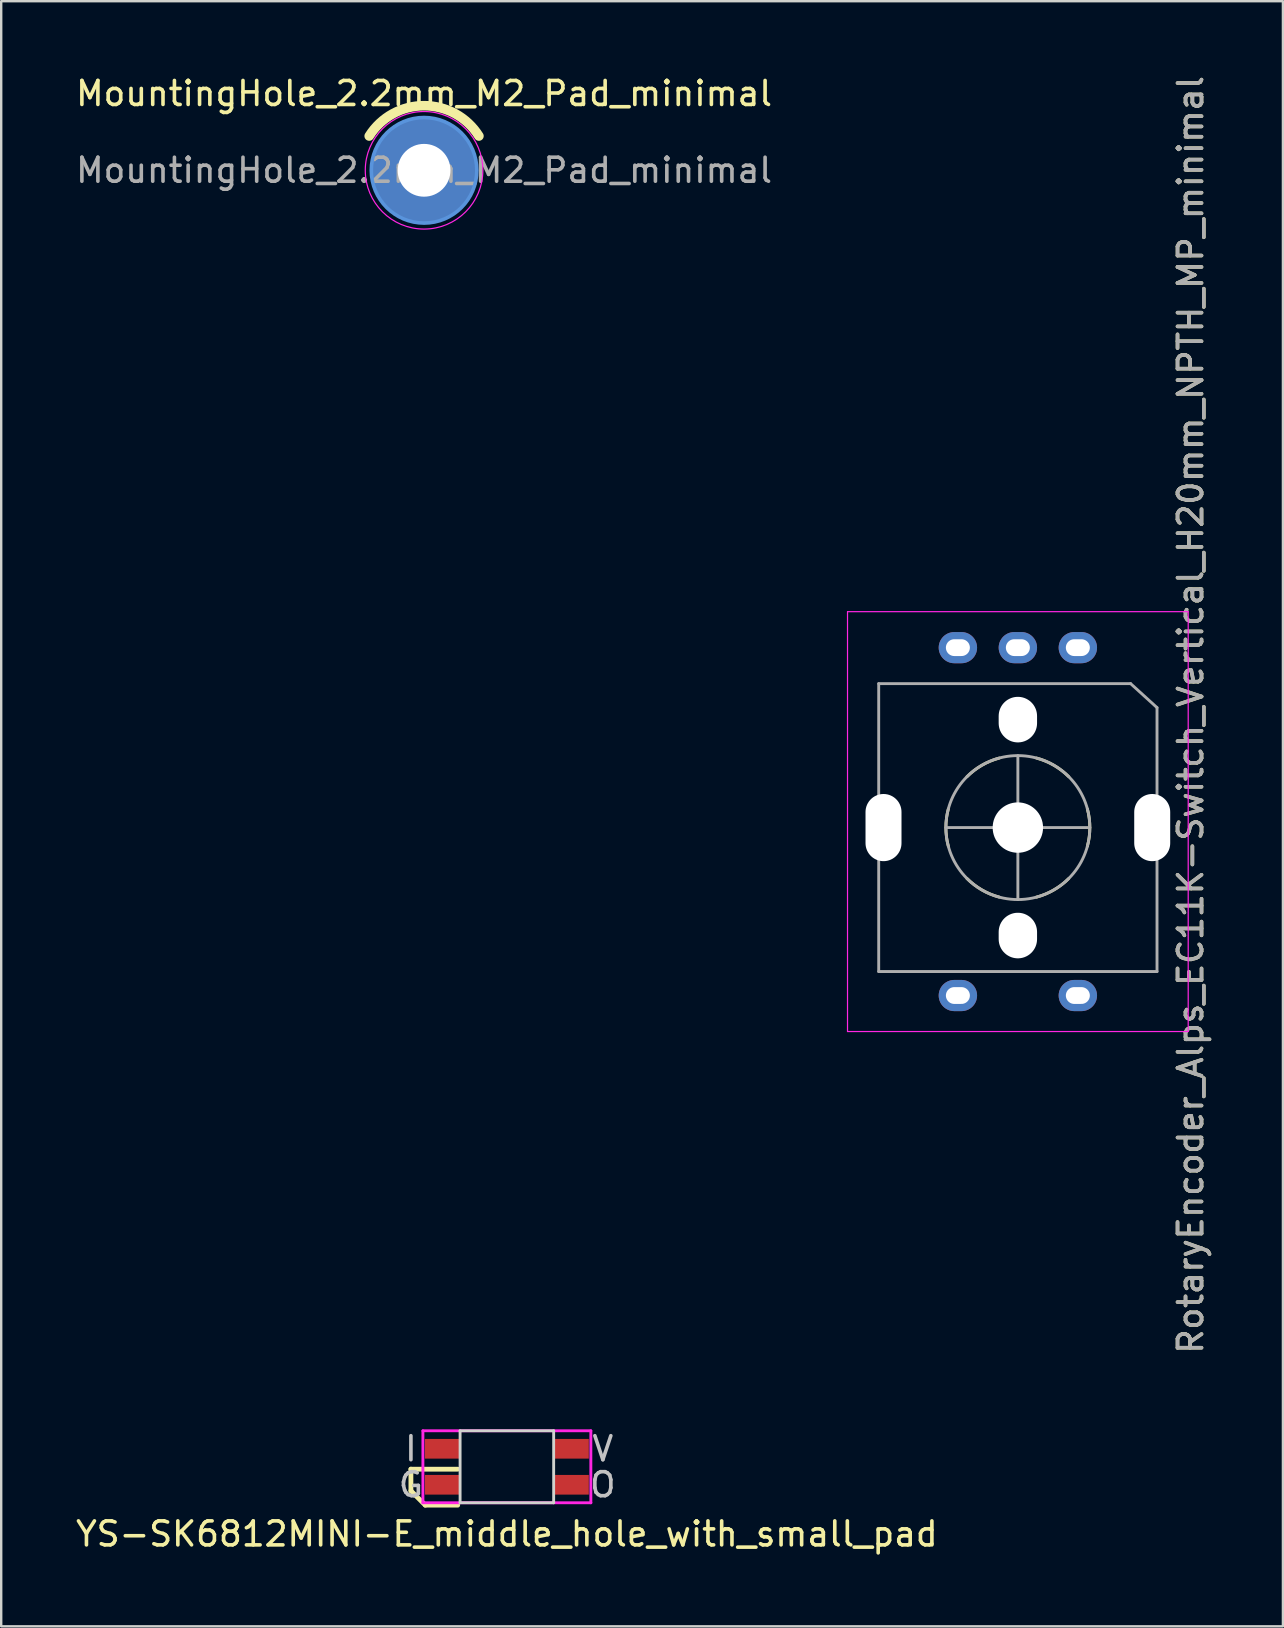
<source format=kicad_pcb>
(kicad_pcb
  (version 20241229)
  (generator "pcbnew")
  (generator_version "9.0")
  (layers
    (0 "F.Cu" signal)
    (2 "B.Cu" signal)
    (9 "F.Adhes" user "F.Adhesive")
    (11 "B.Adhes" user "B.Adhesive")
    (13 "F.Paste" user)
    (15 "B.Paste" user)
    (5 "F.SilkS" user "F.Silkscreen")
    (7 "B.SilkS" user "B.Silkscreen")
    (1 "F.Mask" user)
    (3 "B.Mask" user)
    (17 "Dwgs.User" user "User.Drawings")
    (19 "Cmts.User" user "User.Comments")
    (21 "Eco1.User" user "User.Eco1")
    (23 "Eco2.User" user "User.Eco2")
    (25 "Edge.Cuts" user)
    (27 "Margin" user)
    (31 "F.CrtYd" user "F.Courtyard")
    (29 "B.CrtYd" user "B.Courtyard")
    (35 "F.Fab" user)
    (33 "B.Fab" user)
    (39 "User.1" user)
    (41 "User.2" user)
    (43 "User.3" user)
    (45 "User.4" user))
  (footprint "MountingHole_2.2mm_M2_Pad_minimal"
    (layer "F.Cu")
    (at 14.625 4.048)
    (property "Reference" "MountingHole_2.2mm_M2_Pad_minimal" (at 0 -3.2 0) (layer "F.SilkS") (effects (font (size 1 1) (thickness 0.15))))
    (attr exclude_from_pos_files)
    (fp_arc (start -2.286 -1.428606) (mid 0 -2.6924) (end 2.286 -1.428606) (stroke (width 0.4) (type solid)) (layer "F.SilkS"))
    (fp_circle (center 0 0) (end 2.2 0) (stroke (width 0.15) (type solid)) (fill no) (layer "Cmts.User"))
    (fp_circle (center 0 0) (end 2.45 0) (stroke (width 0.05) (type solid)) (fill no) (layer "F.CrtYd"))
    (fp_text user "${REFERENCE}" (at 0 0 0) (layer "F.Fab") (effects (font (size 1 1) (thickness 0.15))))
    (pad "1" thru_hole circle (at 0 0) (size 4.4 4.4) (drill 2.2) (layers "*.Cu" "*.Mask")))
  (footprint "YS-SK6812MINI-E_middle_hole_with_small_pad"
    (layer "F.Cu")
    (at 18.077 58.086)
    (property "Reference" "YS-SK6812MINI-E_middle_hole_with_small_pad" (at 0 2.8 0) (layer "F.SilkS") (effects (font (size 1 1) (thickness 0.15))))
    (attr through_hole)
    (fp_line (start -4 0.1) (end -4 1) (stroke (width 0.2) (type solid)) (layer "F.SilkS"))
    (fp_line (start -4 1) (end -3.4 1.6) (stroke (width 0.2) (type solid)) (layer "F.SilkS"))
    (fp_line (start -3.4 1.6) (end -2.05 1.6) (stroke (width 0.2) (type solid)) (layer "F.SilkS"))
    (fp_line (start -2.05 0.1) (end -4 0.1) (stroke (width 0.2) (type solid)) (layer "F.SilkS"))
    (fp_line (start -1.95 -1.5) (end -1.95 1.5) (stroke (width 0.12) (type solid)) (layer "Edge.Cuts"))
    (fp_line (start -1.95 1.5) (end 1.95 1.5) (stroke (width 0.12) (type solid)) (layer "Edge.Cuts"))
    (fp_line (start 1.95 -1.5) (end -1.95 -1.5) (stroke (width 0.12) (type solid)) (layer "Edge.Cuts"))
    (fp_line (start 1.95 1.5) (end 1.95 -1.5) (stroke (width 0.12) (type solid)) (layer "Edge.Cuts"))
    (fp_line (start -3.5 -1.5) (end -3.5 1.5) (stroke (width 0.12) (type solid)) (layer "F.CrtYd"))
    (fp_line (start -3.5 1.5) (end 3.5 1.5) (stroke (width 0.12) (type solid)) (layer "F.CrtYd"))
    (fp_line (start 3.5 -1.5) (end -3.5 -1.5) (stroke (width 0.12) (type solid)) (layer "F.CrtYd"))
    (fp_line (start 3.5 1.5) (end 3.5 -1.5) (stroke (width 0.12) (type solid)) (layer "F.CrtYd"))
    (fp_text user "I" (at -4 -0.75 0) (layer "Dwgs.User") (effects (font (size 1 1) (thickness 0.15))))
    (fp_text user "G" (at -4 0.75 0) (layer "Dwgs.User") (effects (font (size 1 1) (thickness 0.15))))
    (fp_text user "O" (at 4 0.75 0) (layer "Dwgs.User") (effects (font (size 1 1) (thickness 0.15))))
    (fp_text user "V" (at 4 -0.75 0) (layer "Dwgs.User") (effects (font (size 1 1) (thickness 0.15))))
    (pad "1" smd rect (at 2.7 -0.75) (size 1.431 0.82) (layers "F.Cu" "F.Mask" "F.Paste"))
    (pad "2" smd rect (at 2.7 0.75) (size 1.431 0.82) (layers "F.Cu" "F.Mask" "F.Paste"))
    (pad "3" smd rect (at -2.7 0.75) (size 1.431 0.82) (layers "F.Cu" "F.Mask" "F.Paste"))
    (pad "4" smd rect (at -2.7 -0.75) (size 1.431 0.82) (layers "F.Cu" "F.Mask" "F.Paste")))
  (footprint "RotaryEncoder_Alps_EC11K-Switch_Vertical_H20mm_NPTH_MP_minimal"
    (layer "F.Cu")
    (at 39.375 31.444)
    (property "Reference" "RotaryEncoder_Alps_EC11K-Switch_Vertical_H20mm_NPTH_MP_minimal" (at 7.2 -4.7 270) (layer "F.SilkS") (effects (font (size 1 1) (thickness 0.15))))
    (attr through_hole)
    (fp_arc (start -2.897777 0.776457) (mid -2.999999 -0.001215) (end -2.897148 -0.778805) (stroke (width 0.12) (type solid)) (layer "F.SilkS"))
    (fp_arc (start -2.121315 -2.120126) (mid -1.498942 -2.59749) (end -0.774104 -2.897212) (stroke (width 0.12) (type solid)) (layer "F.SilkS"))
    (fp_arc (start -0.776457 2.89778) (mid -1.501053 2.597471) (end -2.123039 2.119604) (stroke (width 0.12) (type solid)) (layer "F.SilkS"))
    (fp_arc (start 0.7765 -2.897782) (mid 1.501096 -2.597473) (end 2.123082 -2.119606) (stroke (width 0.12) (type solid)) (layer "F.SilkS"))
    (fp_arc (start 2.121331 2.122506) (mid 1.498959 2.59987) (end 0.77412 2.899592) (stroke (width 0.12) (type solid)) (layer "F.SilkS"))
    (fp_arc (start 2.897819 -0.776467) (mid 3.000042 0.001206) (end 2.89719 0.778795) (stroke (width 0.12) (type solid)) (layer "F.SilkS"))
    (fp_line (start -7.1 8.5) (end -7.1 -9) (stroke (width 0.05) (type solid)) (layer "F.CrtYd"))
    (fp_line (start -7.1 8.5) (end 7.1 8.5) (stroke (width 0.05) (type solid)) (layer "F.CrtYd"))
    (fp_line (start 7.1 -9) (end -7.1 -9) (stroke (width 0.05) (type solid)) (layer "F.CrtYd"))
    (fp_line (start 7.1 -9) (end 7.1 8.5) (stroke (width 0.05) (type solid)) (layer "F.CrtYd"))
    (fp_line (start -5.8 -6) (end 4.7 -6) (stroke (width 0.12) (type solid)) (layer "F.Fab"))
    (fp_line (start -5.8 6) (end -5.8 -6) (stroke (width 0.12) (type solid)) (layer "F.Fab"))
    (fp_line (start 0 -3) (end 0 3) (stroke (width 0.12) (type solid)) (layer "F.Fab"))
    (fp_line (start 3 0) (end -3 0) (stroke (width 0.12) (type solid)) (layer "F.Fab"))
    (fp_line (start 4.7 -6) (end 5.8 -5) (stroke (width 0.12) (type solid)) (layer "F.Fab"))
    (fp_line (start 5.8 -5) (end 5.8 6) (stroke (width 0.12) (type solid)) (layer "F.Fab"))
    (fp_line (start 5.8 6) (end -5.8 6) (stroke (width 0.12) (type solid)) (layer "F.Fab"))
    (fp_circle (center 0 0) (end 0 3) (stroke (width 0.12) (type solid)) (fill no) (layer "F.Fab"))
    (fp_text user "${REFERENCE}" (at 7.2 -4.7 270) (layer "F.Fab") (effects (font (size 1 1) (thickness 0.15))))
    (pad "" np_thru_hole oval (at -5.6 0 270) (size 2.8 1.5) (drill oval 2.8 1.5) (layers "*.Cu" "*.Mask"))
    (pad "" np_thru_hole oval (at 0 -4.5 270) (size 1.9 1.6) (drill oval 1.9 1.6) (layers "*.Cu" "*.Mask"))
    (pad "" np_thru_hole circle (at 0 0 270) (size 2.1 2.1) (drill 2.1) (layers "*.Cu" "*.Mask"))
    (pad "" np_thru_hole oval (at 0 4.5 270) (size 1.9 1.6) (drill oval 1.9 1.6) (layers "*.Cu" "*.Mask"))
    (pad "" np_thru_hole oval (at 5.6 0 270) (size 2.8 1.5) (drill oval 2.8 1.5) (layers "*.Cu" "*.Mask"))
    (pad "A" thru_hole oval (at 2.5 -7.5) (size 1.6 1.3) (drill oval 1 0.7) (layers "*.Cu" "*.Mask"))
    (pad "B" thru_hole oval (at -2.5 -7.5) (size 1.6 1.3) (drill oval 1 0.7) (layers "*.Cu" "*.Mask"))
    (pad "C" thru_hole oval (at 0 -7.5) (size 1.6 1.3) (drill oval 1 0.7) (layers "*.Cu" "*.Mask"))
    (pad "S1" thru_hole oval (at 2.5 7) (size 1.6 1.3) (drill oval 1 0.7) (layers "*.Cu" "*.Mask"))
    (pad "S2" thru_hole oval (at -2.5 7) (size 1.6 1.3) (drill oval 1 0.7) (layers "*.Cu" "*.Mask")))
  (gr_rect
    (start -3 -3)
    (end 50.423 64.735)
    (stroke (width 0.1) (type default))
    (fill no)
    (layer "Edge.Cuts")))
</source>
